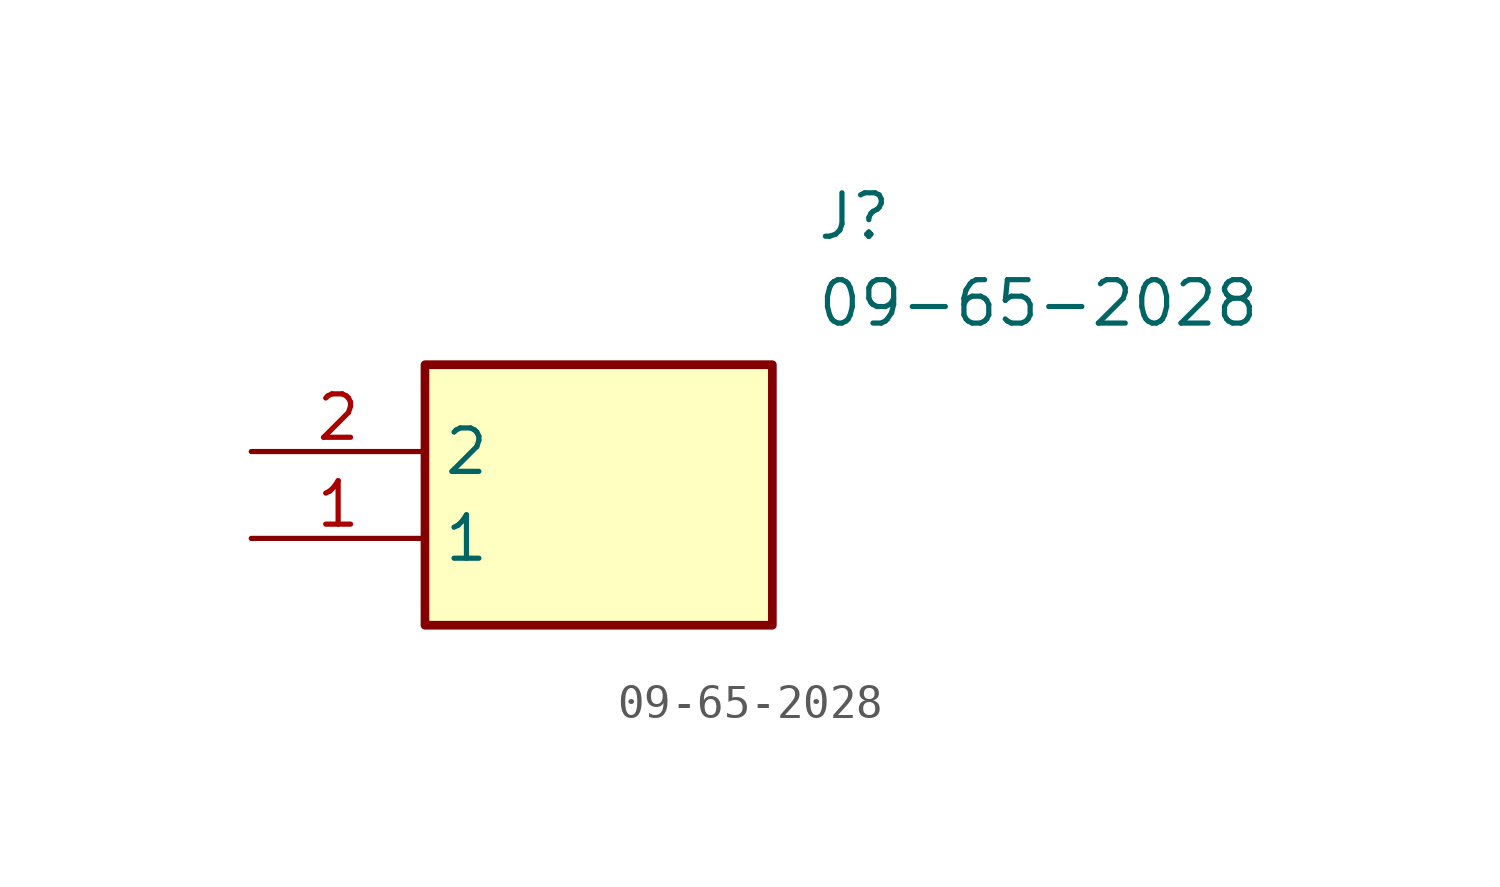
<source format=kicad_sym>
(kicad_symbol_lib
  (version 20211014)
  (generator SamacSys_ECAD_Model)
  (symbol "09-65-2028"
    (property "Reference" "J"
      (at 16.51 7.62 0)
      (effects (font (size 1.27 1.27)) (justify left top)))
    (property "Value" "09-65-2028"
      (at 16.51 5.08 0)
      (effects (font (size 1.27 1.27)) (justify left top)))
    (rectangle
      (start 5.08 2.54)
      (end 15.24 -5.08)
      (stroke (width 0.254) (type default))
      (fill (type background)))
    (pin passive line
      (at 0 -2.54 0)
      (length 5.08)
      (name "1" (effects (font (size 1.27 1.27))))
      (number "1" (effects (font (size 1.27 1.27)))))
    (pin passive line
      (at 0 0 0)
      (length 5.08)
      (name "2" (effects (font (size 1.27 1.27))))
      (number "2" (effects (font (size 1.27 1.27)))))))
</source>
